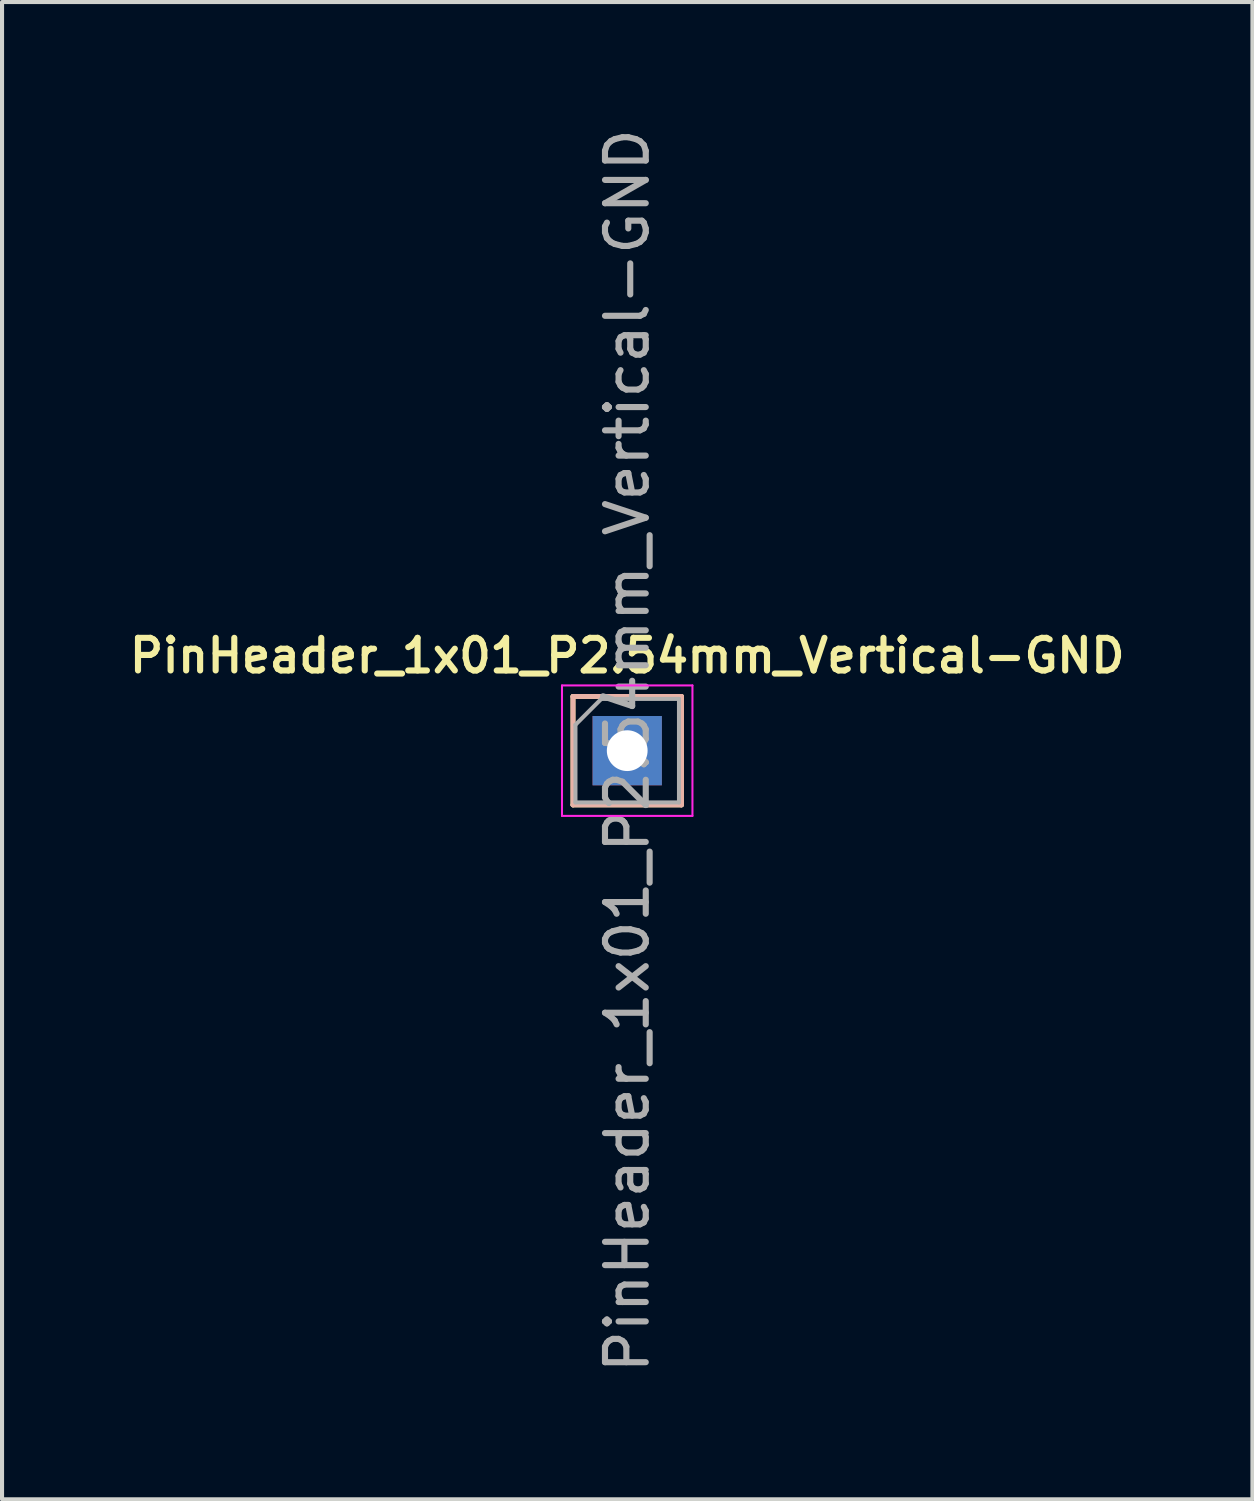
<source format=kicad_pcb>
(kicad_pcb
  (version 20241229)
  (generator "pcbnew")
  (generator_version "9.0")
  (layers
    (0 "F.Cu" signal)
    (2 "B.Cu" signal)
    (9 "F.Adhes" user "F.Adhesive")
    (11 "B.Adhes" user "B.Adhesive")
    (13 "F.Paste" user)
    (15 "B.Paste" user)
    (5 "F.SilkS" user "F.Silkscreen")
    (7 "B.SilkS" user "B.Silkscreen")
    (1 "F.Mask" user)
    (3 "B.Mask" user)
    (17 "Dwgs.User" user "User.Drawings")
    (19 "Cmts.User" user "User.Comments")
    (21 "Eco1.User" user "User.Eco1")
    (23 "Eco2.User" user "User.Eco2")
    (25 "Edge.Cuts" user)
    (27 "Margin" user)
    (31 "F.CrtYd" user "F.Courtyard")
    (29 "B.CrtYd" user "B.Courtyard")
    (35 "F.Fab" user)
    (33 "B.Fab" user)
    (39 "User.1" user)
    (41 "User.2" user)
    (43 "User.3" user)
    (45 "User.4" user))
  (footprint "PinHeader_1x01_P2.54mm_Vertical-GND"
    (layer "F.Cu")
    (at 12.335 15.363)
    (property "Reference" "PinHeader_1x01_P2.54mm_Vertical-GND" (at 0 -2.33 180) (layer "F.SilkS") (effects (font (size 0.8 0.8) (thickness 0.15))))
    (attr through_hole)
    (fp_line (start -1.33 -1.33) (end 1.33 -1.33) (stroke (width 0.12) (type solid)) (layer "F.SilkS"))
    (fp_line (start -1.33 1.33) (end -1.33 -1.33) (stroke (width 0.12) (type solid)) (layer "F.SilkS"))
    (fp_line (start -1.33 1.33) (end 1.33 1.33) (stroke (width 0.12) (type solid)) (layer "F.SilkS"))
    (fp_line (start 1.33 -1.33) (end 1.33 1.33) (stroke (width 0.12) (type solid)) (layer "F.SilkS"))
    (fp_line (start -1.33 -1.33) (end 1.33 -1.33) (stroke (width 0.12) (type solid)) (layer "B.SilkS"))
    (fp_line (start -1.33 1.33) (end -1.33 -1.33) (stroke (width 0.12) (type solid)) (layer "B.SilkS"))
    (fp_line (start -1.33 1.33) (end 1.33 1.33) (stroke (width 0.12) (type solid)) (layer "B.SilkS"))
    (fp_line (start 1.33 -1.33) (end 1.33 1.33) (stroke (width 0.12) (type solid)) (layer "B.SilkS"))
    (fp_line (start -1.6 -1.6) (end -1.6 1.6) (stroke (width 0.05) (type solid)) (layer "F.CrtYd"))
    (fp_line (start -1.6 1.6) (end 1.6 1.6) (stroke (width 0.05) (type solid)) (layer "F.CrtYd"))
    (fp_line (start 1.6 -1.6) (end -1.6 -1.6) (stroke (width 0.05) (type solid)) (layer "F.CrtYd"))
    (fp_line (start 1.6 1.6) (end 1.6 -1.6) (stroke (width 0.05) (type solid)) (layer "F.CrtYd"))
    (fp_line (start -1.27 -0.635) (end -0.635 -1.27) (stroke (width 0.1) (type solid)) (layer "F.Fab"))
    (fp_line (start -1.27 1.27) (end -1.27 -0.635) (stroke (width 0.1) (type solid)) (layer "F.Fab"))
    (fp_line (start -0.635 -1.27) (end 1.27 -1.27) (stroke (width 0.1) (type solid)) (layer "F.Fab"))
    (fp_line (start 1.27 -1.27) (end 1.27 1.27) (stroke (width 0.1) (type solid)) (layer "F.Fab"))
    (fp_line (start 1.27 1.27) (end -1.27 1.27) (stroke (width 0.1) (type solid)) (layer "F.Fab"))
    (fp_text user "${REFERENCE}" (at 0 0 90) (layer "F.Fab") (effects (font (size 1 1) (thickness 0.15))))
    (pad "1" thru_hole rect (at 0 0) (size 1.7 1.7) (drill 1) (layers "*.Cu" "*.Mask")))
  (gr_rect
    (start -3 -3)
    (end 27.671 33.726)
    (stroke (width 0.1) (type default))
    (fill no)
    (layer "Edge.Cuts")))
</source>
